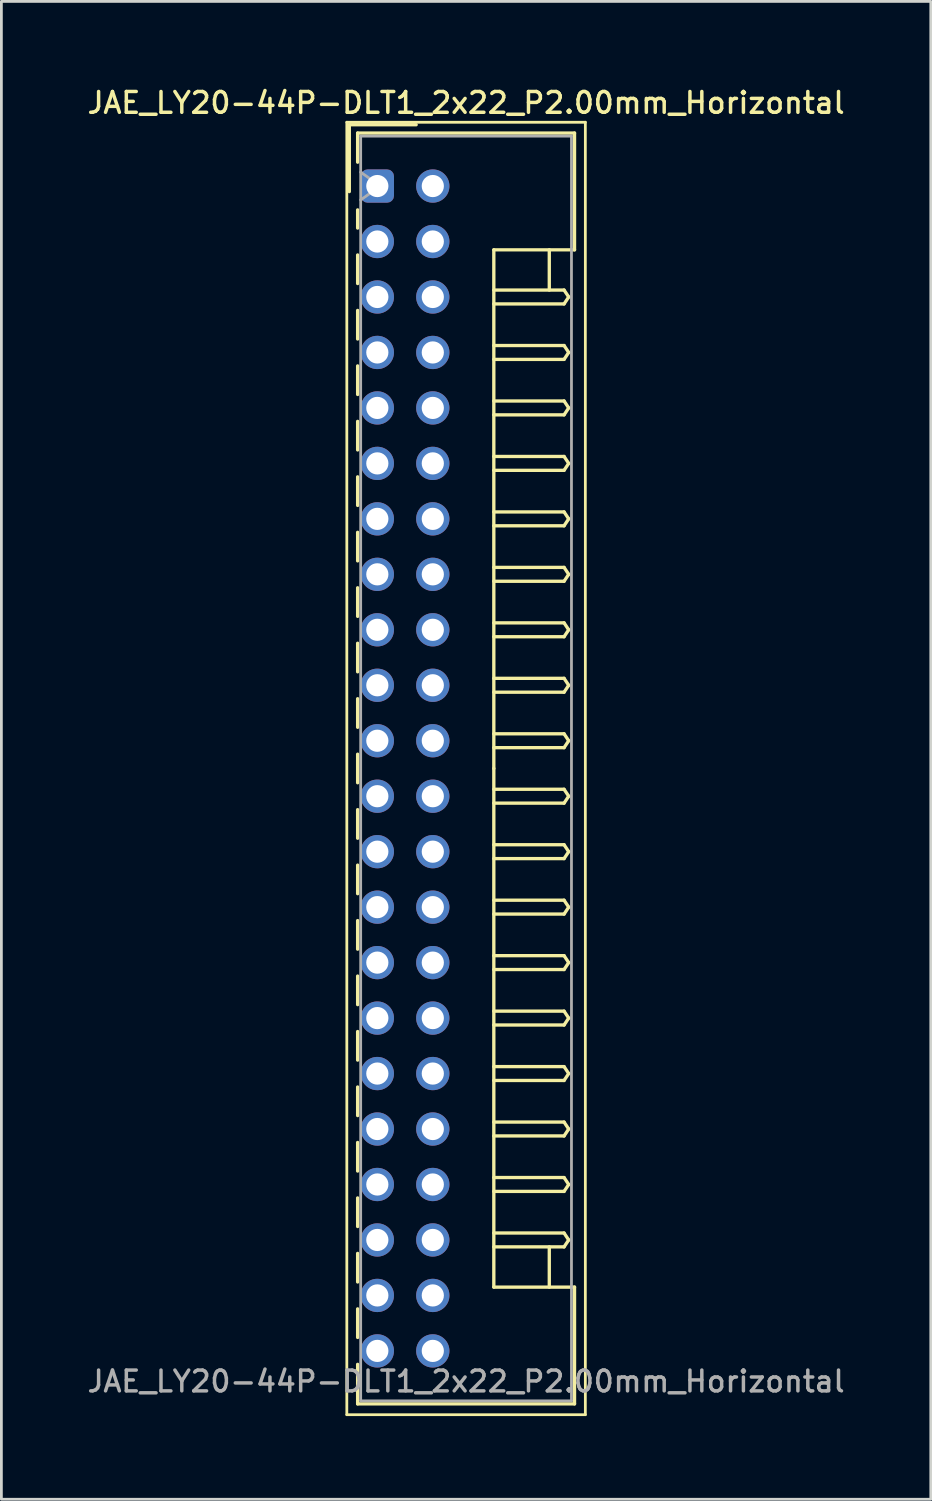
<source format=kicad_pcb>
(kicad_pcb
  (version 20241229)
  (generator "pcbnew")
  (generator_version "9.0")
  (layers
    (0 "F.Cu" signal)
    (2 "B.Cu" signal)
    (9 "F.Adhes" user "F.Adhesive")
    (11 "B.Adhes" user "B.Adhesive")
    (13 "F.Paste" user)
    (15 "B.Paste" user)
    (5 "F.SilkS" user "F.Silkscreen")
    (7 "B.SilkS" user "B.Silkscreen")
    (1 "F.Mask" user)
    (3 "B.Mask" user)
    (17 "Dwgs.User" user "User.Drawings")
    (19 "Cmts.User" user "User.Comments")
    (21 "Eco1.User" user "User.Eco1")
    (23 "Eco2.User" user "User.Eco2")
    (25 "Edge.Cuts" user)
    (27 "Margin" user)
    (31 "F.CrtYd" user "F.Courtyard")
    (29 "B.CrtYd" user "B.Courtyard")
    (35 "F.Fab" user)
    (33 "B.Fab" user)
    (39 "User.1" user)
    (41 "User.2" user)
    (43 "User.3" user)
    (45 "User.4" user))
  (footprint "JAE_LY20-44P-DLT1_2x22_P2.00mm_Horizontal"
    (layer "F.Cu")
    (at 10.555 3.658)
    (property "Reference" "JAE_LY20-44P-DLT1_2x22_P2.00mm_Horizontal" (at 3.2 -3 0) (layer "F.SilkS") (effects (font (size 0.75 0.75) (thickness 0.125))))
    (attr through_hole)
    (fp_line (start -1.1 -2.3) (end -1.1 44.3) (stroke (width 0.1) (type solid)) (layer "F.SilkS"))
    (fp_line (start -1.1 44.3) (end 7.5 44.3) (stroke (width 0.1) (type solid)) (layer "F.SilkS"))
    (fp_line (start -1.01 -2.21) (end -1.01 0.2) (stroke (width 0.12) (type solid)) (layer "F.SilkS"))
    (fp_line (start -0.71 -1.91) (end -0.71 -0.86) (stroke (width 0.12) (type solid)) (layer "F.SilkS"))
    (fp_line (start -0.71 -1.91) (end 7.11 -1.91) (stroke (width 0.12) (type solid)) (layer "F.SilkS"))
    (fp_line (start -0.71 0.86) (end -0.71 1.515) (stroke (width 0.12) (type solid)) (layer "F.SilkS"))
    (fp_line (start -0.71 2.485) (end -0.71 3.515) (stroke (width 0.12) (type solid)) (layer "F.SilkS"))
    (fp_line (start -0.71 4.485) (end -0.71 5.515) (stroke (width 0.12) (type solid)) (layer "F.SilkS"))
    (fp_line (start -0.71 6.485) (end -0.71 7.515) (stroke (width 0.12) (type solid)) (layer "F.SilkS"))
    (fp_line (start -0.71 8.485) (end -0.71 9.515) (stroke (width 0.12) (type solid)) (layer "F.SilkS"))
    (fp_line (start -0.71 10.485) (end -0.71 11.515) (stroke (width 0.12) (type solid)) (layer "F.SilkS"))
    (fp_line (start -0.71 12.485) (end -0.71 13.515) (stroke (width 0.12) (type solid)) (layer "F.SilkS"))
    (fp_line (start -0.71 14.485) (end -0.71 15.515) (stroke (width 0.12) (type solid)) (layer "F.SilkS"))
    (fp_line (start -0.71 16.485) (end -0.71 17.515) (stroke (width 0.12) (type solid)) (layer "F.SilkS"))
    (fp_line (start -0.71 18.485) (end -0.71 19.515) (stroke (width 0.12) (type solid)) (layer "F.SilkS"))
    (fp_line (start -0.71 20.485) (end -0.71 21.515) (stroke (width 0.12) (type solid)) (layer "F.SilkS"))
    (fp_line (start -0.71 22.485) (end -0.71 23.515) (stroke (width 0.12) (type solid)) (layer "F.SilkS"))
    (fp_line (start -0.71 24.485) (end -0.71 25.515) (stroke (width 0.12) (type solid)) (layer "F.SilkS"))
    (fp_line (start -0.71 26.485) (end -0.71 27.515) (stroke (width 0.12) (type solid)) (layer "F.SilkS"))
    (fp_line (start -0.71 28.485) (end -0.71 29.515) (stroke (width 0.12) (type solid)) (layer "F.SilkS"))
    (fp_line (start -0.71 30.485) (end -0.71 31.515) (stroke (width 0.12) (type solid)) (layer "F.SilkS"))
    (fp_line (start -0.71 32.485) (end -0.71 33.515) (stroke (width 0.12) (type solid)) (layer "F.SilkS"))
    (fp_line (start -0.71 34.485) (end -0.71 35.515) (stroke (width 0.12) (type solid)) (layer "F.SilkS"))
    (fp_line (start -0.71 36.485) (end -0.71 37.515) (stroke (width 0.12) (type solid)) (layer "F.SilkS"))
    (fp_line (start -0.71 38.485) (end -0.71 39.515) (stroke (width 0.12) (type solid)) (layer "F.SilkS"))
    (fp_line (start -0.71 40.485) (end -0.71 41.515) (stroke (width 0.12) (type solid)) (layer "F.SilkS"))
    (fp_line (start -0.71 42.485) (end -0.71 43.91) (stroke (width 0.12) (type solid)) (layer "F.SilkS"))
    (fp_line (start -0.71 43.91) (end 7.11 43.91) (stroke (width 0.12) (type solid)) (layer "F.SilkS"))
    (fp_line (start 1.4 -2.21) (end -1.01 -2.21) (stroke (width 0.12) (type solid)) (layer "F.SilkS"))
    (fp_line (start 4.2 2.3) (end 4.2 21) (stroke (width 0.12) (type solid)) (layer "F.SilkS"))
    (fp_line (start 4.2 3.75) (end 6.733 3.75) (stroke (width 0.12) (type solid)) (layer "F.SilkS"))
    (fp_line (start 4.2 5.75) (end 6.733 5.75) (stroke (width 0.12) (type solid)) (layer "F.SilkS"))
    (fp_line (start 4.2 7.75) (end 6.733 7.75) (stroke (width 0.12) (type solid)) (layer "F.SilkS"))
    (fp_line (start 4.2 9.75) (end 6.733 9.75) (stroke (width 0.12) (type solid)) (layer "F.SilkS"))
    (fp_line (start 4.2 11.75) (end 6.733 11.75) (stroke (width 0.12) (type solid)) (layer "F.SilkS"))
    (fp_line (start 4.2 13.75) (end 6.733 13.75) (stroke (width 0.12) (type solid)) (layer "F.SilkS"))
    (fp_line (start 4.2 15.75) (end 6.733 15.75) (stroke (width 0.12) (type solid)) (layer "F.SilkS"))
    (fp_line (start 4.2 17.75) (end 6.733 17.75) (stroke (width 0.12) (type solid)) (layer "F.SilkS"))
    (fp_line (start 4.2 19.75) (end 6.733 19.75) (stroke (width 0.12) (type solid)) (layer "F.SilkS"))
    (fp_line (start 4.2 21.75) (end 6.733 21.75) (stroke (width 0.12) (type solid)) (layer "F.SilkS"))
    (fp_line (start 4.2 23.75) (end 6.733 23.75) (stroke (width 0.12) (type solid)) (layer "F.SilkS"))
    (fp_line (start 4.2 25.75) (end 6.733 25.75) (stroke (width 0.12) (type solid)) (layer "F.SilkS"))
    (fp_line (start 4.2 27.75) (end 6.733 27.75) (stroke (width 0.12) (type solid)) (layer "F.SilkS"))
    (fp_line (start 4.2 29.75) (end 6.733 29.75) (stroke (width 0.12) (type solid)) (layer "F.SilkS"))
    (fp_line (start 4.2 31.75) (end 6.733 31.75) (stroke (width 0.12) (type solid)) (layer "F.SilkS"))
    (fp_line (start 4.2 33.75) (end 6.733 33.75) (stroke (width 0.12) (type solid)) (layer "F.SilkS"))
    (fp_line (start 4.2 35.75) (end 6.733 35.75) (stroke (width 0.12) (type solid)) (layer "F.SilkS"))
    (fp_line (start 4.2 37.75) (end 6.733 37.75) (stroke (width 0.12) (type solid)) (layer "F.SilkS"))
    (fp_line (start 4.2 39.7) (end 4.2 21) (stroke (width 0.12) (type solid)) (layer "F.SilkS"))
    (fp_line (start 6.2 2.3) (end 6.2 3.75) (stroke (width 0.12) (type solid)) (layer "F.SilkS"))
    (fp_line (start 6.2 39.7) (end 6.2 38.25) (stroke (width 0.12) (type solid)) (layer "F.SilkS"))
    (fp_line (start 6.733 3.75) (end 6.9 4) (stroke (width 0.12) (type solid)) (layer "F.SilkS"))
    (fp_line (start 6.733 4.25) (end 4.2 4.25) (stroke (width 0.12) (type solid)) (layer "F.SilkS"))
    (fp_line (start 6.733 5.75) (end 6.9 6) (stroke (width 0.12) (type solid)) (layer "F.SilkS"))
    (fp_line (start 6.733 6.25) (end 4.2 6.25) (stroke (width 0.12) (type solid)) (layer "F.SilkS"))
    (fp_line (start 6.733 7.75) (end 6.9 8) (stroke (width 0.12) (type solid)) (layer "F.SilkS"))
    (fp_line (start 6.733 8.25) (end 4.2 8.25) (stroke (width 0.12) (type solid)) (layer "F.SilkS"))
    (fp_line (start 6.733 9.75) (end 6.9 10) (stroke (width 0.12) (type solid)) (layer "F.SilkS"))
    (fp_line (start 6.733 10.25) (end 4.2 10.25) (stroke (width 0.12) (type solid)) (layer "F.SilkS"))
    (fp_line (start 6.733 11.75) (end 6.9 12) (stroke (width 0.12) (type solid)) (layer "F.SilkS"))
    (fp_line (start 6.733 12.25) (end 4.2 12.25) (stroke (width 0.12) (type solid)) (layer "F.SilkS"))
    (fp_line (start 6.733 13.75) (end 6.9 14) (stroke (width 0.12) (type solid)) (layer "F.SilkS"))
    (fp_line (start 6.733 14.25) (end 4.2 14.25) (stroke (width 0.12) (type solid)) (layer "F.SilkS"))
    (fp_line (start 6.733 15.75) (end 6.9 16) (stroke (width 0.12) (type solid)) (layer "F.SilkS"))
    (fp_line (start 6.733 16.25) (end 4.2 16.25) (stroke (width 0.12) (type solid)) (layer "F.SilkS"))
    (fp_line (start 6.733 17.75) (end 6.9 18) (stroke (width 0.12) (type solid)) (layer "F.SilkS"))
    (fp_line (start 6.733 18.25) (end 4.2 18.25) (stroke (width 0.12) (type solid)) (layer "F.SilkS"))
    (fp_line (start 6.733 19.75) (end 6.9 20) (stroke (width 0.12) (type solid)) (layer "F.SilkS"))
    (fp_line (start 6.733 20.25) (end 4.2 20.25) (stroke (width 0.12) (type solid)) (layer "F.SilkS"))
    (fp_line (start 6.733 21.75) (end 6.9 22) (stroke (width 0.12) (type solid)) (layer "F.SilkS"))
    (fp_line (start 6.733 22.25) (end 4.2 22.25) (stroke (width 0.12) (type solid)) (layer "F.SilkS"))
    (fp_line (start 6.733 23.75) (end 6.9 24) (stroke (width 0.12) (type solid)) (layer "F.SilkS"))
    (fp_line (start 6.733 24.25) (end 4.2 24.25) (stroke (width 0.12) (type solid)) (layer "F.SilkS"))
    (fp_line (start 6.733 25.75) (end 6.9 26) (stroke (width 0.12) (type solid)) (layer "F.SilkS"))
    (fp_line (start 6.733 26.25) (end 4.2 26.25) (stroke (width 0.12) (type solid)) (layer "F.SilkS"))
    (fp_line (start 6.733 27.75) (end 6.9 28) (stroke (width 0.12) (type solid)) (layer "F.SilkS"))
    (fp_line (start 6.733 28.25) (end 4.2 28.25) (stroke (width 0.12) (type solid)) (layer "F.SilkS"))
    (fp_line (start 6.733 29.75) (end 6.9 30) (stroke (width 0.12) (type solid)) (layer "F.SilkS"))
    (fp_line (start 6.733 30.25) (end 4.2 30.25) (stroke (width 0.12) (type solid)) (layer "F.SilkS"))
    (fp_line (start 6.733 31.75) (end 6.9 32) (stroke (width 0.12) (type solid)) (layer "F.SilkS"))
    (fp_line (start 6.733 32.25) (end 4.2 32.25) (stroke (width 0.12) (type solid)) (layer "F.SilkS"))
    (fp_line (start 6.733 33.75) (end 6.9 34) (stroke (width 0.12) (type solid)) (layer "F.SilkS"))
    (fp_line (start 6.733 34.25) (end 4.2 34.25) (stroke (width 0.12) (type solid)) (layer "F.SilkS"))
    (fp_line (start 6.733 35.75) (end 6.9 36) (stroke (width 0.12) (type solid)) (layer "F.SilkS"))
    (fp_line (start 6.733 36.25) (end 4.2 36.25) (stroke (width 0.12) (type solid)) (layer "F.SilkS"))
    (fp_line (start 6.733 37.75) (end 6.9 38) (stroke (width 0.12) (type solid)) (layer "F.SilkS"))
    (fp_line (start 6.733 38.25) (end 4.2 38.25) (stroke (width 0.12) (type solid)) (layer "F.SilkS"))
    (fp_line (start 6.9 4) (end 6.733 4.25) (stroke (width 0.12) (type solid)) (layer "F.SilkS"))
    (fp_line (start 6.9 6) (end 6.733 6.25) (stroke (width 0.12) (type solid)) (layer "F.SilkS"))
    (fp_line (start 6.9 8) (end 6.733 8.25) (stroke (width 0.12) (type solid)) (layer "F.SilkS"))
    (fp_line (start 6.9 10) (end 6.733 10.25) (stroke (width 0.12) (type solid)) (layer "F.SilkS"))
    (fp_line (start 6.9 12) (end 6.733 12.25) (stroke (width 0.12) (type solid)) (layer "F.SilkS"))
    (fp_line (start 6.9 14) (end 6.733 14.25) (stroke (width 0.12) (type solid)) (layer "F.SilkS"))
    (fp_line (start 6.9 16) (end 6.733 16.25) (stroke (width 0.12) (type solid)) (layer "F.SilkS"))
    (fp_line (start 6.9 18) (end 6.733 18.25) (stroke (width 0.12) (type solid)) (layer "F.SilkS"))
    (fp_line (start 6.9 20) (end 6.733 20.25) (stroke (width 0.12) (type solid)) (layer "F.SilkS"))
    (fp_line (start 6.9 22) (end 6.733 22.25) (stroke (width 0.12) (type solid)) (layer "F.SilkS"))
    (fp_line (start 6.9 24) (end 6.733 24.25) (stroke (width 0.12) (type solid)) (layer "F.SilkS"))
    (fp_line (start 6.9 26) (end 6.733 26.25) (stroke (width 0.12) (type solid)) (layer "F.SilkS"))
    (fp_line (start 6.9 28) (end 6.733 28.25) (stroke (width 0.12) (type solid)) (layer "F.SilkS"))
    (fp_line (start 6.9 30) (end 6.733 30.25) (stroke (width 0.12) (type solid)) (layer "F.SilkS"))
    (fp_line (start 6.9 32) (end 6.733 32.25) (stroke (width 0.12) (type solid)) (layer "F.SilkS"))
    (fp_line (start 6.9 34) (end 6.733 34.25) (stroke (width 0.12) (type solid)) (layer "F.SilkS"))
    (fp_line (start 6.9 36) (end 6.733 36.25) (stroke (width 0.12) (type solid)) (layer "F.SilkS"))
    (fp_line (start 6.9 38) (end 6.733 38.25) (stroke (width 0.12) (type solid)) (layer "F.SilkS"))
    (fp_line (start 7.11 -1.91) (end 7.11 2.3) (stroke (width 0.12) (type solid)) (layer "F.SilkS"))
    (fp_line (start 7.11 2.3) (end 4.2 2.3) (stroke (width 0.12) (type solid)) (layer "F.SilkS"))
    (fp_line (start 7.11 39.7) (end 4.2 39.7) (stroke (width 0.12) (type solid)) (layer "F.SilkS"))
    (fp_line (start 7.11 43.91) (end 7.11 39.7) (stroke (width 0.12) (type solid)) (layer "F.SilkS"))
    (fp_line (start 7.5 -2.3) (end -1.1 -2.3) (stroke (width 0.1) (type solid)) (layer "F.SilkS"))
    (fp_line (start 7.5 44.3) (end 7.5 -2.3) (stroke (width 0.1) (type solid)) (layer "F.SilkS"))
    (fp_line (start -0.6 -1.8) (end -0.6 43.8) (stroke (width 0.1) (type solid)) (layer "F.Fab"))
    (fp_line (start -0.6 0.5) (end 0.107 0) (stroke (width 0.1) (type solid)) (layer "F.Fab"))
    (fp_line (start -0.6 43.8) (end 7 43.8) (stroke (width 0.1) (type solid)) (layer "F.Fab"))
    (fp_line (start 0.107 0) (end -0.6 -0.5) (stroke (width 0.1) (type solid)) (layer "F.Fab"))
    (fp_line (start 7 -1.8) (end -0.6 -1.8) (stroke (width 0.1) (type solid)) (layer "F.Fab"))
    (fp_line (start 7 43.8) (end 7 -1.8) (stroke (width 0.1) (type solid)) (layer "F.Fab"))
    (fp_text user "${REFERENCE}" (at 3.2 43.1 0) (layer "F.Fab") (effects (font (size 0.75 0.75) (thickness 0.125))))
    (pad "a1" thru_hole roundrect (at 0 0) (size 1.2 1.2) (drill 0.8) (layers "*.Cu" "*.Mask") (roundrect_rratio 0.208))
    (pad "a2" thru_hole circle (at 0 2) (size 1.2 1.2) (drill 0.8) (layers "*.Cu" "*.Mask"))
    (pad "a3" thru_hole circle (at 0 4) (size 1.2 1.2) (drill 0.8) (layers "*.Cu" "*.Mask"))
    (pad "a4" thru_hole circle (at 0 6) (size 1.2 1.2) (drill 0.8) (layers "*.Cu" "*.Mask"))
    (pad "a5" thru_hole circle (at 0 8) (size 1.2 1.2) (drill 0.8) (layers "*.Cu" "*.Mask"))
    (pad "a6" thru_hole circle (at 0 10) (size 1.2 1.2) (drill 0.8) (layers "*.Cu" "*.Mask"))
    (pad "a7" thru_hole circle (at 0 12) (size 1.2 1.2) (drill 0.8) (layers "*.Cu" "*.Mask"))
    (pad "a8" thru_hole circle (at 0 14) (size 1.2 1.2) (drill 0.8) (layers "*.Cu" "*.Mask"))
    (pad "a9" thru_hole circle (at 0 16) (size 1.2 1.2) (drill 0.8) (layers "*.Cu" "*.Mask"))
    (pad "a10" thru_hole circle (at 0 18) (size 1.2 1.2) (drill 0.8) (layers "*.Cu" "*.Mask"))
    (pad "a11" thru_hole circle (at 0 20) (size 1.2 1.2) (drill 0.8) (layers "*.Cu" "*.Mask"))
    (pad "a12" thru_hole circle (at 0 22) (size 1.2 1.2) (drill 0.8) (layers "*.Cu" "*.Mask"))
    (pad "a13" thru_hole circle (at 0 24) (size 1.2 1.2) (drill 0.8) (layers "*.Cu" "*.Mask"))
    (pad "a14" thru_hole circle (at 0 26) (size 1.2 1.2) (drill 0.8) (layers "*.Cu" "*.Mask"))
    (pad "a15" thru_hole circle (at 0 28) (size 1.2 1.2) (drill 0.8) (layers "*.Cu" "*.Mask"))
    (pad "a16" thru_hole circle (at 0 30) (size 1.2 1.2) (drill 0.8) (layers "*.Cu" "*.Mask"))
    (pad "a17" thru_hole circle (at 0 32) (size 1.2 1.2) (drill 0.8) (layers "*.Cu" "*.Mask"))
    (pad "a18" thru_hole circle (at 0 34) (size 1.2 1.2) (drill 0.8) (layers "*.Cu" "*.Mask"))
    (pad "a19" thru_hole circle (at 0 36) (size 1.2 1.2) (drill 0.8) (layers "*.Cu" "*.Mask"))
    (pad "a20" thru_hole circle (at 0 38) (size 1.2 1.2) (drill 0.8) (layers "*.Cu" "*.Mask"))
    (pad "a21" thru_hole circle (at 0 40) (size 1.2 1.2) (drill 0.8) (layers "*.Cu" "*.Mask"))
    (pad "a22" thru_hole circle (at 0 42) (size 1.2 1.2) (drill 0.8) (layers "*.Cu" "*.Mask"))
    (pad "b1" thru_hole circle (at 2 0) (size 1.2 1.2) (drill 0.8) (layers "*.Cu" "*.Mask"))
    (pad "b2" thru_hole circle (at 2 2) (size 1.2 1.2) (drill 0.8) (layers "*.Cu" "*.Mask"))
    (pad "b3" thru_hole circle (at 2 4) (size 1.2 1.2) (drill 0.8) (layers "*.Cu" "*.Mask"))
    (pad "b4" thru_hole circle (at 2 6) (size 1.2 1.2) (drill 0.8) (layers "*.Cu" "*.Mask"))
    (pad "b5" thru_hole circle (at 2 8) (size 1.2 1.2) (drill 0.8) (layers "*.Cu" "*.Mask"))
    (pad "b6" thru_hole circle (at 2 10) (size 1.2 1.2) (drill 0.8) (layers "*.Cu" "*.Mask"))
    (pad "b7" thru_hole circle (at 2 12) (size 1.2 1.2) (drill 0.8) (layers "*.Cu" "*.Mask"))
    (pad "b8" thru_hole circle (at 2 14) (size 1.2 1.2) (drill 0.8) (layers "*.Cu" "*.Mask"))
    (pad "b9" thru_hole circle (at 2 16) (size 1.2 1.2) (drill 0.8) (layers "*.Cu" "*.Mask"))
    (pad "b10" thru_hole circle (at 2 18) (size 1.2 1.2) (drill 0.8) (layers "*.Cu" "*.Mask"))
    (pad "b11" thru_hole circle (at 2 20) (size 1.2 1.2) (drill 0.8) (layers "*.Cu" "*.Mask"))
    (pad "b12" thru_hole circle (at 2 22) (size 1.2 1.2) (drill 0.8) (layers "*.Cu" "*.Mask"))
    (pad "b13" thru_hole circle (at 2 24) (size 1.2 1.2) (drill 0.8) (layers "*.Cu" "*.Mask"))
    (pad "b14" thru_hole circle (at 2 26) (size 1.2 1.2) (drill 0.8) (layers "*.Cu" "*.Mask"))
    (pad "b15" thru_hole circle (at 2 28) (size 1.2 1.2) (drill 0.8) (layers "*.Cu" "*.Mask"))
    (pad "b16" thru_hole circle (at 2 30) (size 1.2 1.2) (drill 0.8) (layers "*.Cu" "*.Mask"))
    (pad "b17" thru_hole circle (at 2 32) (size 1.2 1.2) (drill 0.8) (layers "*.Cu" "*.Mask"))
    (pad "b18" thru_hole circle (at 2 34) (size 1.2 1.2) (drill 0.8) (layers "*.Cu" "*.Mask"))
    (pad "b19" thru_hole circle (at 2 36) (size 1.2 1.2) (drill 0.8) (layers "*.Cu" "*.Mask"))
    (pad "b20" thru_hole circle (at 2 38) (size 1.2 1.2) (drill 0.8) (layers "*.Cu" "*.Mask"))
    (pad "b21" thru_hole circle (at 2 40) (size 1.2 1.2) (drill 0.8) (layers "*.Cu" "*.Mask"))
    (pad "b22" thru_hole circle (at 2 42) (size 1.2 1.2) (drill 0.8) (layers "*.Cu" "*.Mask")))
  (gr_rect
    (start -3 -3)
    (end 30.511 51.008)
    (stroke (width 0.1) (type default))
    (fill no)
    (layer "Edge.Cuts")))
</source>
